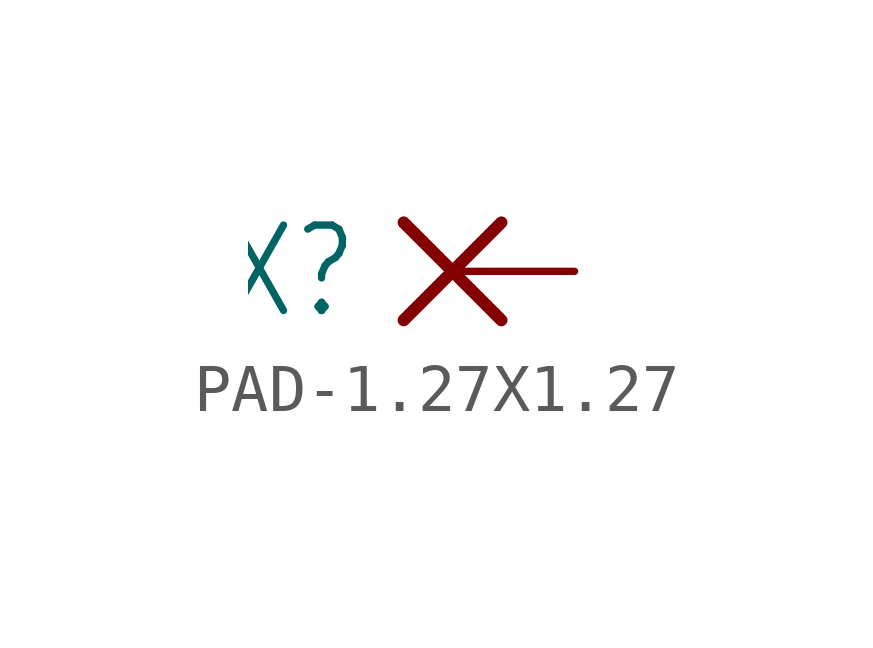
<source format=kicad_sym>
(kicad_symbol_lib
  (version 20231120)
  (generator "kicad_symbol_editor")
  (generator_version "8.0")
  (symbol "PAD-1.27X1.27"
    (property "Reference" "X"
      (at -1.905 0 0)
      (effects (font (size 1.778 1.511)) (justify right)))
    (property "ki_locked" ""
      (at 0 0 0)
      (effects (font (size 1.27 1.27))))
    (symbol "PAD-1.27X1.27_1_0"
      (polyline (pts (xy -1.016 -1.016) (xy 1.016 1.016)) (stroke (width 0.254) (type solid)) (fill (type none)))
      (polyline (pts (xy -1.016 1.016) (xy 1.016 -1.016)) (stroke (width 0.254) (type solid)) (fill (type none)))
      (pin passive line (at 2.54 0 180) (length 2.54) (name "P" (effects (font (size 0 0)))) (number "1" (effects (font (size 0 0))))))))
</source>
